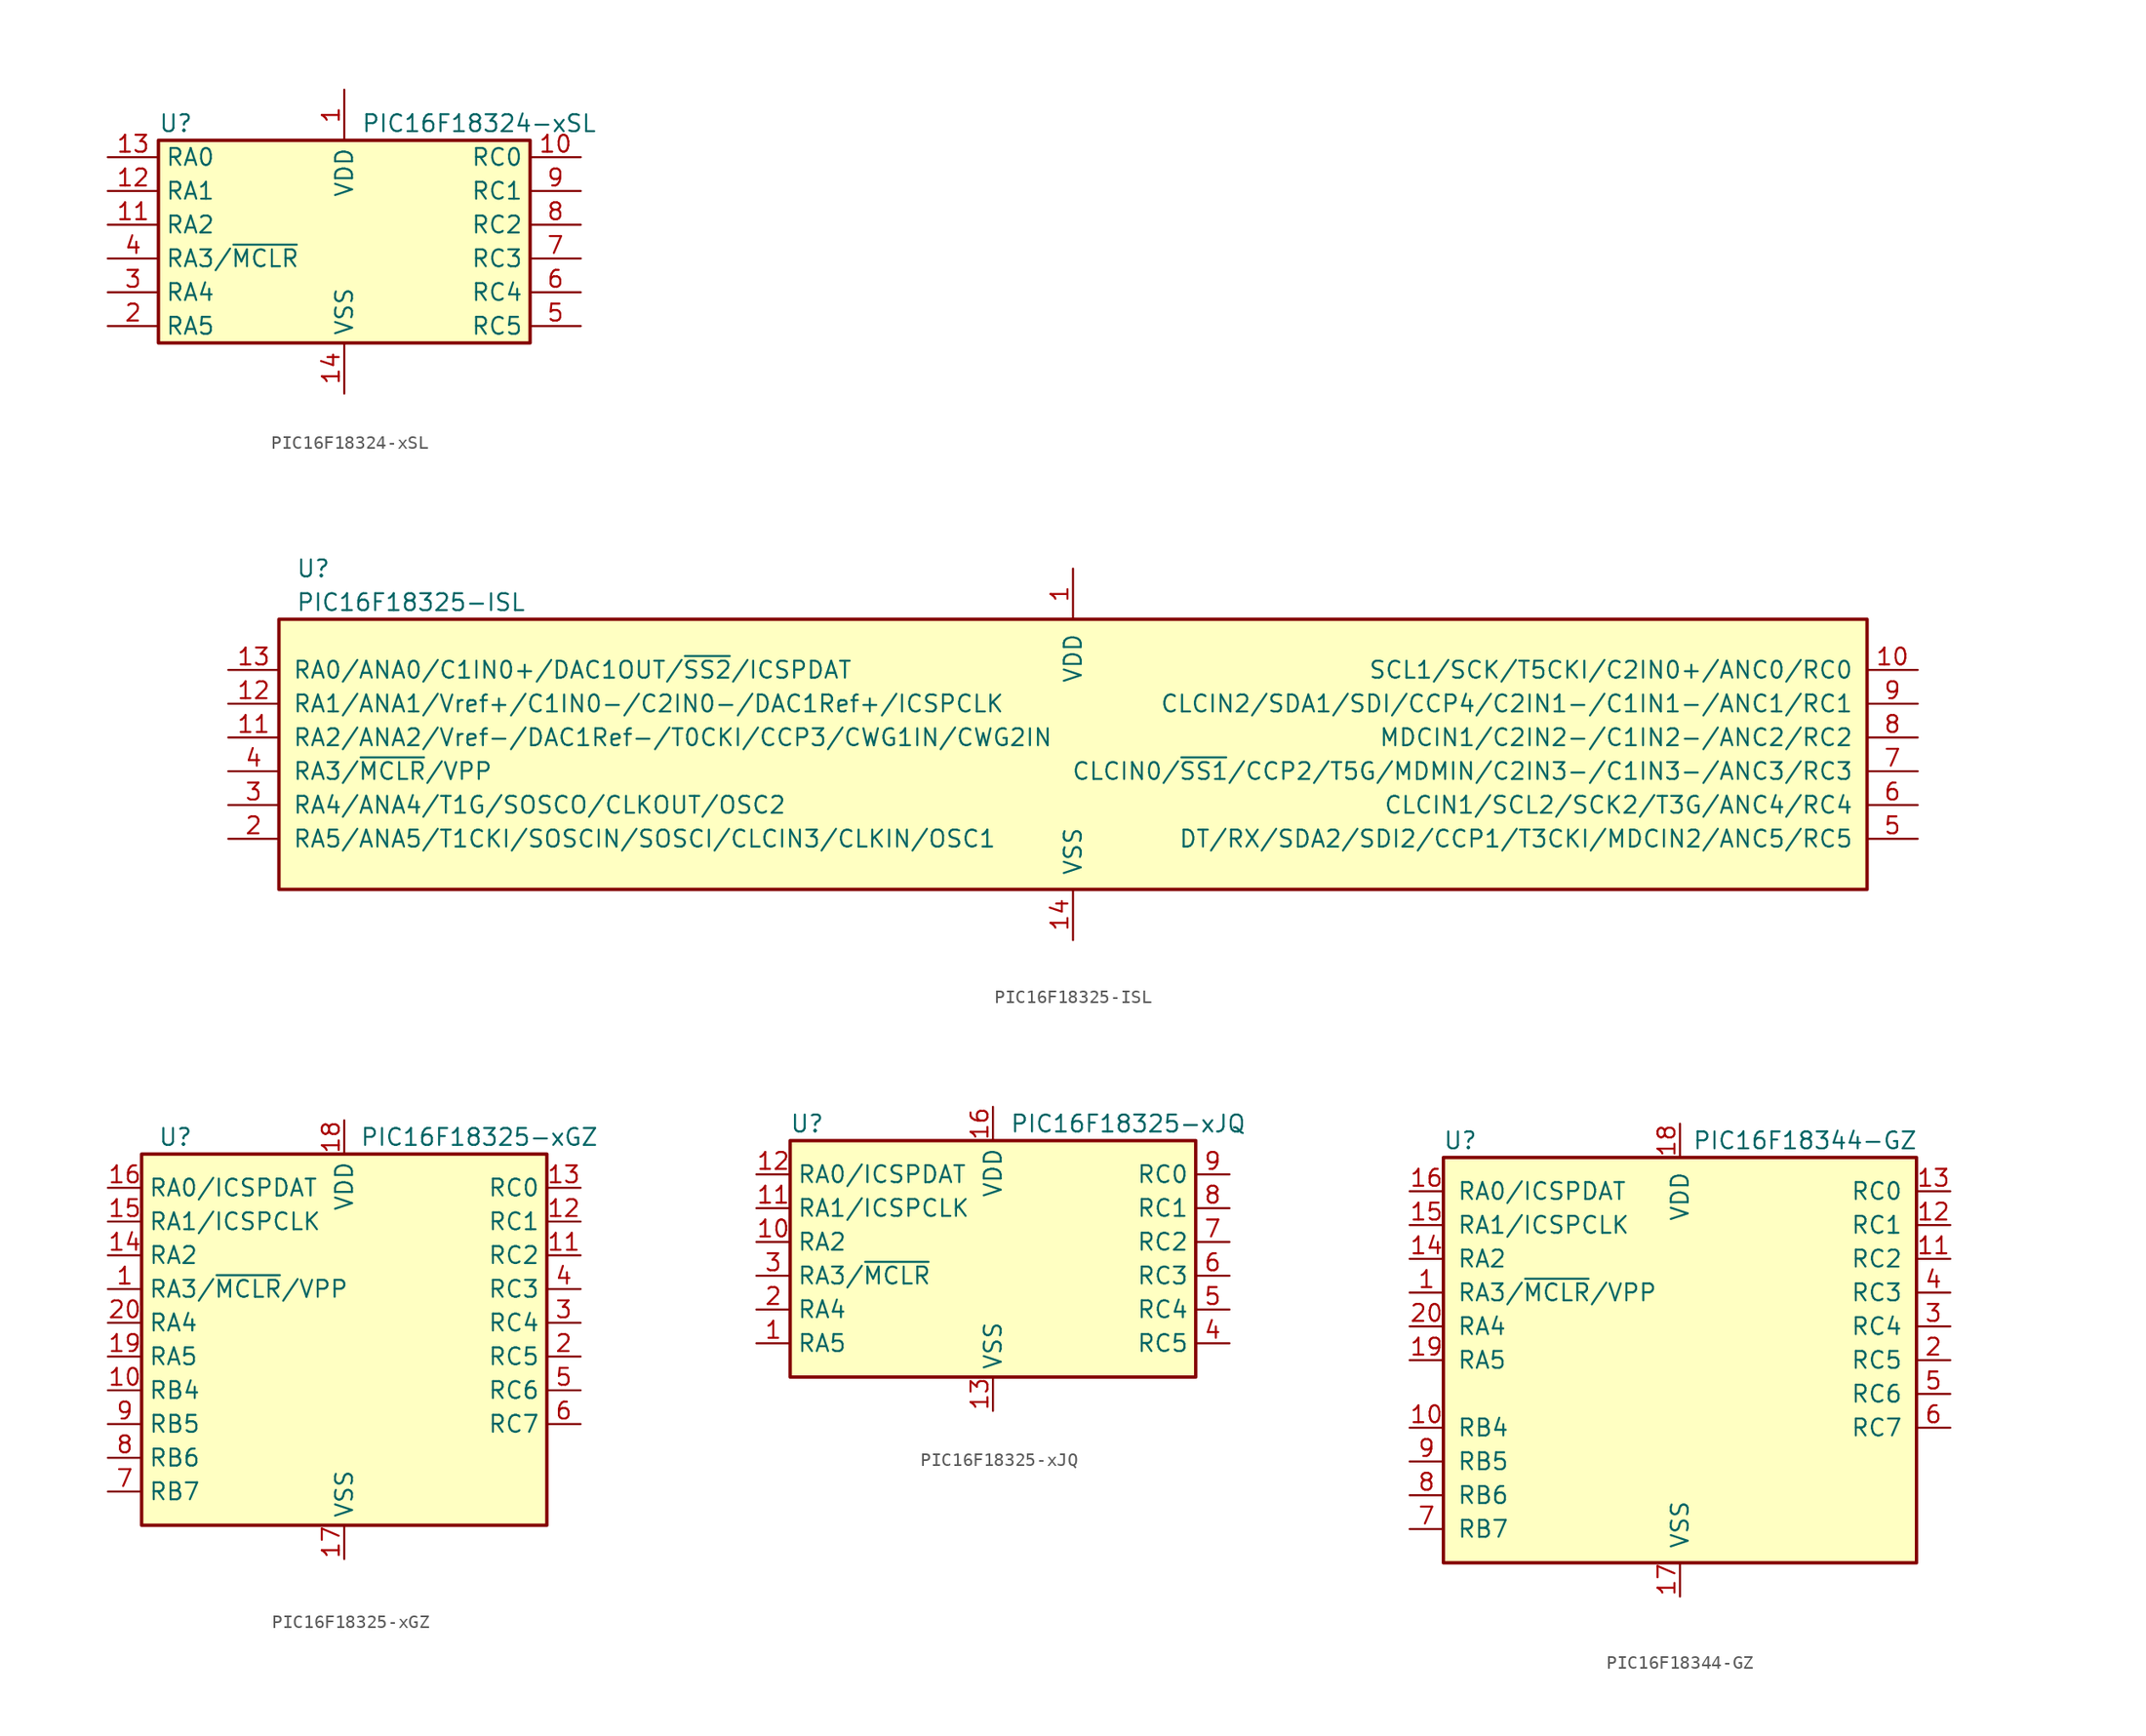
<source format=kicad_sym>
(kicad_symbol_lib
  (version 20241209)
  (generator "kicad_symbol_editor")
  (generator_version "9.0")
  (symbol "PIC16F18324-xSL"
    (property "Reference" "U"
      (at -13.97 10.16 0)
      (effects (font (size 1.27 1.27)) (justify left)))
    (property "Value" "PIC16F18324-xSL"
      (at 1.27 10.16 0)
      (effects (font (size 1.27 1.27)) (justify left)))
    (symbol "PIC16F18324-xSL_1_1"
      (rectangle (start -13.97 8.89) (end 13.97 -6.35) (stroke (width 0.254) (type default)) (fill (type background)))
      (pin bidirectional line (at -17.78 7.62 0) (length 3.81) (name "RA0" (effects (font (size 1.27 1.27)))) (number "13" (effects (font (size 1.27 1.27)))))
      (pin bidirectional line (at -17.78 5.08 0) (length 3.81) (name "RA1" (effects (font (size 1.27 1.27)))) (number "12" (effects (font (size 1.27 1.27)))))
      (pin bidirectional line (at -17.78 2.54 0) (length 3.81) (name "RA2" (effects (font (size 1.27 1.27)))) (number "11" (effects (font (size 1.27 1.27)))))
      (pin bidirectional line (at -17.78 0 0) (length 3.81) (name "RA3/~{MCLR}" (effects (font (size 1.27 1.27)))) (number "4" (effects (font (size 1.27 1.27)))))
      (pin bidirectional line (at -17.78 -2.54 0) (length 3.81) (name "RA4" (effects (font (size 1.27 1.27)))) (number "3" (effects (font (size 1.27 1.27)))))
      (pin bidirectional line (at -17.78 -5.08 0) (length 3.81) (name "RA5" (effects (font (size 1.27 1.27)))) (number "2" (effects (font (size 1.27 1.27)))))
      (pin power_in line (at 0 12.7 270) (length 3.81) (name "VDD" (effects (font (size 1.27 1.27)))) (number "1" (effects (font (size 1.27 1.27)))))
      (pin power_in line (at 0 -10.16 90) (length 3.81) (name "VSS" (effects (font (size 1.27 1.27)))) (number "14" (effects (font (size 1.27 1.27)))))
      (pin bidirectional line (at 17.78 7.62 180) (length 3.81) (name "RC0" (effects (font (size 1.27 1.27)))) (number "10" (effects (font (size 1.27 1.27)))))
      (pin bidirectional line (at 17.78 5.08 180) (length 3.81) (name "RC1" (effects (font (size 1.27 1.27)))) (number "9" (effects (font (size 1.27 1.27)))))
      (pin bidirectional line (at 17.78 2.54 180) (length 3.81) (name "RC2" (effects (font (size 1.27 1.27)))) (number "8" (effects (font (size 1.27 1.27)))))
      (pin bidirectional line (at 17.78 0 180) (length 3.81) (name "RC3" (effects (font (size 1.27 1.27)))) (number "7" (effects (font (size 1.27 1.27)))))
      (pin bidirectional line (at 17.78 -2.54 180) (length 3.81) (name "RC4" (effects (font (size 1.27 1.27)))) (number "6" (effects (font (size 1.27 1.27)))))
      (pin bidirectional line (at 17.78 -5.08 180) (length 3.81) (name "RC5" (effects (font (size 1.27 1.27)))) (number "5" (effects (font (size 1.27 1.27)))))))
  (symbol "PIC16F18325-ISL"
    (pin_names
      (offset 1.016))
    (property "Reference" "U"
      (at -58.42 15.24 0)
      (effects (font (size 1.27 1.27)) (justify left)))
    (property "Value" "PIC16F18325-ISL"
      (at -58.42 12.7 0)
      (effects (font (size 1.27 1.27)) (justify left)))
    (symbol "PIC16F18325-ISL_1_1"
      (rectangle (start -59.69 11.43) (end 59.69 -8.89) (stroke (width 0.254) (type default)) (fill (type background)))
      (pin bidirectional line (at -63.5 7.62 0) (length 3.81) (name "RA0/ANA0/C1IN0+/DAC1OUT/~{SS2}/ICSPDAT" (effects (font (size 1.27 1.27)))) (number "13" (effects (font (size 1.27 1.27)))))
      (pin bidirectional line (at -63.5 5.08 0) (length 3.81) (name "RA1/ANA1/Vref+/C1IN0-/C2IN0-/DAC1Ref+/ICSPCLK" (effects (font (size 1.27 1.27)))) (number "12" (effects (font (size 1.27 1.27)))))
      (pin bidirectional line (at -63.5 2.54 0) (length 3.81) (name "RA2/ANA2/Vref-/DAC1Ref-/T0CKI/CCP3/CWG1IN/CWG2IN" (effects (font (size 1.27 1.27)))) (number "11" (effects (font (size 1.27 1.27)))))
      (pin bidirectional line (at -63.5 0 0) (length 3.81) (name "RA3/~{MCLR}/VPP" (effects (font (size 1.27 1.27)))) (number "4" (effects (font (size 1.27 1.27)))))
      (pin bidirectional line (at -63.5 -2.54 0) (length 3.81) (name "RA4/ANA4/T1G/SOSCO/CLKOUT/OSC2" (effects (font (size 1.27 1.27)))) (number "3" (effects (font (size 1.27 1.27)))))
      (pin bidirectional line (at -63.5 -5.08 0) (length 3.81) (name "RA5/ANA5/T1CKI/SOSCIN/SOSCI/CLCIN3/CLKIN/OSC1" (effects (font (size 1.27 1.27)))) (number "2" (effects (font (size 1.27 1.27)))))
      (pin power_in line (at 0 15.24 270) (length 3.81) (name "VDD" (effects (font (size 1.27 1.27)))) (number "1" (effects (font (size 1.27 1.27)))))
      (pin power_in line (at 0 -12.7 90) (length 3.81) (name "VSS" (effects (font (size 1.27 1.27)))) (number "14" (effects (font (size 1.27 1.27)))))
      (pin bidirectional line (at 63.5 7.62 180) (length 3.81) (name "SCL1/SCK/T5CKI/C2IN0+/ANC0/RC0" (effects (font (size 1.27 1.27)))) (number "10" (effects (font (size 1.27 1.27)))))
      (pin bidirectional line (at 63.5 5.08 180) (length 3.81) (name "CLCIN2/SDA1/SDI/CCP4/C2IN1-/C1IN1-/ANC1/RC1" (effects (font (size 1.27 1.27)))) (number "9" (effects (font (size 1.27 1.27)))))
      (pin bidirectional line (at 63.5 2.54 180) (length 3.81) (name "MDCIN1/C2IN2-/C1IN2-/ANC2/RC2" (effects (font (size 1.27 1.27)))) (number "8" (effects (font (size 1.27 1.27)))))
      (pin bidirectional line (at 63.5 0 180) (length 3.81) (name "CLCIN0/~{SS1}/CCP2/T5G/MDMIN/C2IN3-/C1IN3-/ANC3/RC3" (effects (font (size 1.27 1.27)))) (number "7" (effects (font (size 1.27 1.27)))))
      (pin bidirectional line (at 63.5 -2.54 180) (length 3.81) (name "CLCIN1/SCL2/SCK2/T3G/ANC4/RC4" (effects (font (size 1.27 1.27)))) (number "6" (effects (font (size 1.27 1.27)))))
      (pin bidirectional line (at 63.5 -5.08 180) (length 3.81) (name "DT/RX/SDA2/SDI2/CCP1/T3CKI/MDCIN2/ANC5/RC5" (effects (font (size 1.27 1.27)))) (number "5" (effects (font (size 1.27 1.27)))))))
  (symbol "PIC16F18325-xGZ"
    (property "Reference" "U"
      (at -12.7 13.97 0)
      (effects (font (size 1.27 1.27))))
    (property "Value" "PIC16F18325-xGZ"
      (at 10.16 13.97 0)
      (effects (font (size 1.27 1.27))))
    (symbol "PIC16F18325-xGZ_1_1"
      (rectangle (start -15.24 12.7) (end 15.24 -15.24) (stroke (width 0.254) (type default)) (fill (type background)))
      (pin bidirectional line (at -17.78 10.16 0) (length 2.54) (name "RA0/ICSPDAT" (effects (font (size 1.27 1.27)))) (number "16" (effects (font (size 1.27 1.27)))))
      (pin bidirectional line (at -17.78 7.62 0) (length 2.54) (name "RA1/ICSPCLK" (effects (font (size 1.27 1.27)))) (number "15" (effects (font (size 1.27 1.27)))))
      (pin bidirectional line (at -17.78 5.08 0) (length 2.54) (name "RA2" (effects (font (size 1.27 1.27)))) (number "14" (effects (font (size 1.27 1.27)))))
      (pin bidirectional line (at -17.78 2.54 0) (length 2.54) (name "RA3/~{MCLR}/VPP" (effects (font (size 1.27 1.27)))) (number "1" (effects (font (size 1.27 1.27)))))
      (pin bidirectional line (at -17.78 0 0) (length 2.54) (name "RA4" (effects (font (size 1.27 1.27)))) (number "20" (effects (font (size 1.27 1.27)))))
      (pin bidirectional line (at -17.78 -2.54 0) (length 2.54) (name "RA5" (effects (font (size 1.27 1.27)))) (number "19" (effects (font (size 1.27 1.27)))))
      (pin bidirectional line (at -17.78 -5.08 0) (length 2.54) (name "RB4" (effects (font (size 1.27 1.27)))) (number "10" (effects (font (size 1.27 1.27)))))
      (pin bidirectional line (at -17.78 -7.62 0) (length 2.54) (name "RB5" (effects (font (size 1.27 1.27)))) (number "9" (effects (font (size 1.27 1.27)))))
      (pin bidirectional line (at -17.78 -10.16 0) (length 2.54) (name "RB6" (effects (font (size 1.27 1.27)))) (number "8" (effects (font (size 1.27 1.27)))))
      (pin bidirectional line (at -17.78 -12.7 0) (length 2.54) (name "RB7" (effects (font (size 1.27 1.27)))) (number "7" (effects (font (size 1.27 1.27)))))
      (pin power_in line (at 0 15.24 270) (length 2.54) (name "VDD" (effects (font (size 1.27 1.27)))) (number "18" (effects (font (size 1.27 1.27)))))
      (pin power_in line (at 0 -17.78 90) (length 2.54) (name "VSS" (effects (font (size 1.27 1.27)))) (number "17" (effects (font (size 1.27 1.27)))))
      (pin passive line (at 0 -17.78 90) (length 2.54) (hide yes) (name "VSS" (effects (font (size 1.27 1.27)))) (number "21" (effects (font (size 1.27 1.27)))))
      (pin bidirectional line (at 17.78 10.16 180) (length 2.54) (name "RC0" (effects (font (size 1.27 1.27)))) (number "13" (effects (font (size 1.27 1.27)))))
      (pin bidirectional line (at 17.78 7.62 180) (length 2.54) (name "RC1" (effects (font (size 1.27 1.27)))) (number "12" (effects (font (size 1.27 1.27)))))
      (pin bidirectional line (at 17.78 5.08 180) (length 2.54) (name "RC2" (effects (font (size 1.27 1.27)))) (number "11" (effects (font (size 1.27 1.27)))))
      (pin bidirectional line (at 17.78 2.54 180) (length 2.54) (name "RC3" (effects (font (size 1.27 1.27)))) (number "4" (effects (font (size 1.27 1.27)))))
      (pin bidirectional line (at 17.78 0 180) (length 2.54) (name "RC4" (effects (font (size 1.27 1.27)))) (number "3" (effects (font (size 1.27 1.27)))))
      (pin bidirectional line (at 17.78 -2.54 180) (length 2.54) (name "RC5" (effects (font (size 1.27 1.27)))) (number "2" (effects (font (size 1.27 1.27)))))
      (pin bidirectional line (at 17.78 -5.08 180) (length 2.54) (name "RC6" (effects (font (size 1.27 1.27)))) (number "5" (effects (font (size 1.27 1.27)))))
      (pin bidirectional line (at 17.78 -7.62 180) (length 2.54) (name "RC7" (effects (font (size 1.27 1.27)))) (number "6" (effects (font (size 1.27 1.27)))))))
  (symbol "PIC16F18325-xJQ"
    (property "Reference" "U"
      (at -13.97 11.43 0)
      (effects (font (size 1.27 1.27))))
    (property "Value" "PIC16F18325-xJQ"
      (at 10.16 11.43 0)
      (effects (font (size 1.27 1.27))))
    (symbol "PIC16F18325-xJQ_0_1"
      (rectangle (start -15.24 10.16) (end 15.24 -7.62) (stroke (width 0.254) (type default)) (fill (type background))))
    (symbol "PIC16F18325-xJQ_1_1"
      (pin bidirectional line (at -17.78 7.62 0) (length 2.54) (name "RA0/ICSPDAT" (effects (font (size 1.27 1.27)))) (number "12" (effects (font (size 1.27 1.27)))))
      (pin bidirectional line (at -17.78 5.08 0) (length 2.54) (name "RA1/ICSPCLK" (effects (font (size 1.27 1.27)))) (number "11" (effects (font (size 1.27 1.27)))))
      (pin bidirectional line (at -17.78 2.54 0) (length 2.54) (name "RA2" (effects (font (size 1.27 1.27)))) (number "10" (effects (font (size 1.27 1.27)))))
      (pin bidirectional line (at -17.78 0 0) (length 2.54) (name "RA3/~{MCLR}" (effects (font (size 1.27 1.27)))) (number "3" (effects (font (size 1.27 1.27)))))
      (pin bidirectional line (at -17.78 -2.54 0) (length 2.54) (name "RA4" (effects (font (size 1.27 1.27)))) (number "2" (effects (font (size 1.27 1.27)))))
      (pin bidirectional line (at -17.78 -5.08 0) (length 2.54) (name "RA5" (effects (font (size 1.27 1.27)))) (number "1" (effects (font (size 1.27 1.27)))))
      (pin power_in line (at 0 12.7 270) (length 2.54) (name "VDD" (effects (font (size 1.27 1.27)))) (number "16" (effects (font (size 1.27 1.27)))))
      (pin power_in line (at 0 -10.16 90) (length 2.54) (name "VSS" (effects (font (size 1.27 1.27)))) (number "13" (effects (font (size 1.27 1.27)))))
      (pin no_connect line (at 5.08 -7.62 90) (length 2.54) (hide yes) (name "NC" (effects (font (size 1.27 1.27)))) (number "14" (effects (font (size 1.27 1.27)))))
      (pin no_connect line (at 7.62 -7.62 90) (length 2.54) (hide yes) (name "NC" (effects (font (size 1.27 1.27)))) (number "15" (effects (font (size 1.27 1.27)))))
      (pin bidirectional line (at 17.78 7.62 180) (length 2.54) (name "RC0" (effects (font (size 1.27 1.27)))) (number "9" (effects (font (size 1.27 1.27)))))
      (pin bidirectional line (at 17.78 5.08 180) (length 2.54) (name "RC1" (effects (font (size 1.27 1.27)))) (number "8" (effects (font (size 1.27 1.27)))))
      (pin bidirectional line (at 17.78 2.54 180) (length 2.54) (name "RC2" (effects (font (size 1.27 1.27)))) (number "7" (effects (font (size 1.27 1.27)))))
      (pin bidirectional line (at 17.78 0 180) (length 2.54) (name "RC3" (effects (font (size 1.27 1.27)))) (number "6" (effects (font (size 1.27 1.27)))))
      (pin bidirectional line (at 17.78 -2.54 180) (length 2.54) (name "RC4" (effects (font (size 1.27 1.27)))) (number "5" (effects (font (size 1.27 1.27)))))
      (pin bidirectional line (at 17.78 -5.08 180) (length 2.54) (name "RC5" (effects (font (size 1.27 1.27)))) (number "4" (effects (font (size 1.27 1.27)))))))
  (symbol "PIC16F18344-GZ"
    (pin_names
      (offset 1.016))
    (property "Reference" "U"
      (at -16.51 16.51 0)
      (effects (font (size 1.27 1.27))))
    (property "Value" "PIC16F18344-GZ"
      (at 9.398 16.51 0)
      (effects (font (size 1.27 1.27))))
    (symbol "PIC16F18344-GZ_0_1"
      (rectangle (start -17.78 15.24) (end 17.78 -15.24) (stroke (width 0.254) (type default)) (fill (type background))))
    (symbol "PIC16F18344-GZ_1_1"
      (pin bidirectional line (at -20.32 12.7 0) (length 2.54) (name "RA0/ICSPDAT" (effects (font (size 1.27 1.27)))) (number "16" (effects (font (size 1.27 1.27)))))
      (pin bidirectional line (at -20.32 10.16 0) (length 2.54) (name "RA1/ICSPCLK" (effects (font (size 1.27 1.27)))) (number "15" (effects (font (size 1.27 1.27)))))
      (pin bidirectional line (at -20.32 7.62 0) (length 2.54) (name "RA2" (effects (font (size 1.27 1.27)))) (number "14" (effects (font (size 1.27 1.27)))))
      (pin bidirectional line (at -20.32 5.08 0) (length 2.54) (name "RA3/~{MCLR}/VPP" (effects (font (size 1.27 1.27)))) (number "1" (effects (font (size 1.27 1.27)))))
      (pin bidirectional line (at -20.32 2.54 0) (length 2.54) (name "RA4" (effects (font (size 1.27 1.27)))) (number "20" (effects (font (size 1.27 1.27)))))
      (pin bidirectional line (at -20.32 0 0) (length 2.54) (name "RA5" (effects (font (size 1.27 1.27)))) (number "19" (effects (font (size 1.27 1.27)))))
      (pin bidirectional line (at -20.32 -5.08 0) (length 2.54) (name "RB4" (effects (font (size 1.27 1.27)))) (number "10" (effects (font (size 1.27 1.27)))))
      (pin bidirectional line (at -20.32 -7.62 0) (length 2.54) (name "RB5" (effects (font (size 1.27 1.27)))) (number "9" (effects (font (size 1.27 1.27)))))
      (pin bidirectional line (at -20.32 -10.16 0) (length 2.54) (name "RB6" (effects (font (size 1.27 1.27)))) (number "8" (effects (font (size 1.27 1.27)))))
      (pin bidirectional line (at -20.32 -12.7 0) (length 2.54) (name "RB7" (effects (font (size 1.27 1.27)))) (number "7" (effects (font (size 1.27 1.27)))))
      (pin power_in line (at 0 17.78 270) (length 2.54) (name "VDD" (effects (font (size 1.27 1.27)))) (number "18" (effects (font (size 1.27 1.27)))))
      (pin power_in line (at 0 -17.78 90) (length 2.54) (name "VSS" (effects (font (size 1.27 1.27)))) (number "17" (effects (font (size 1.27 1.27)))))
      (pin bidirectional line (at 20.32 12.7 180) (length 2.54) (name "RC0" (effects (font (size 1.27 1.27)))) (number "13" (effects (font (size 1.27 1.27)))))
      (pin bidirectional line (at 20.32 10.16 180) (length 2.54) (name "RC1" (effects (font (size 1.27 1.27)))) (number "12" (effects (font (size 1.27 1.27)))))
      (pin bidirectional line (at 20.32 7.62 180) (length 2.54) (name "RC2" (effects (font (size 1.27 1.27)))) (number "11" (effects (font (size 1.27 1.27)))))
      (pin bidirectional line (at 20.32 5.08 180) (length 2.54) (name "RC3" (effects (font (size 1.27 1.27)))) (number "4" (effects (font (size 1.27 1.27)))))
      (pin bidirectional line (at 20.32 2.54 180) (length 2.54) (name "RC4" (effects (font (size 1.27 1.27)))) (number "3" (effects (font (size 1.27 1.27)))))
      (pin bidirectional line (at 20.32 0 180) (length 2.54) (name "RC5" (effects (font (size 1.27 1.27)))) (number "2" (effects (font (size 1.27 1.27)))))
      (pin bidirectional line (at 20.32 -2.54 180) (length 2.54) (name "RC6" (effects (font (size 1.27 1.27)))) (number "5" (effects (font (size 1.27 1.27)))))
      (pin bidirectional line (at 20.32 -5.08 180) (length 2.54) (name "RC7" (effects (font (size 1.27 1.27)))) (number "6" (effects (font (size 1.27 1.27))))))))
</source>
